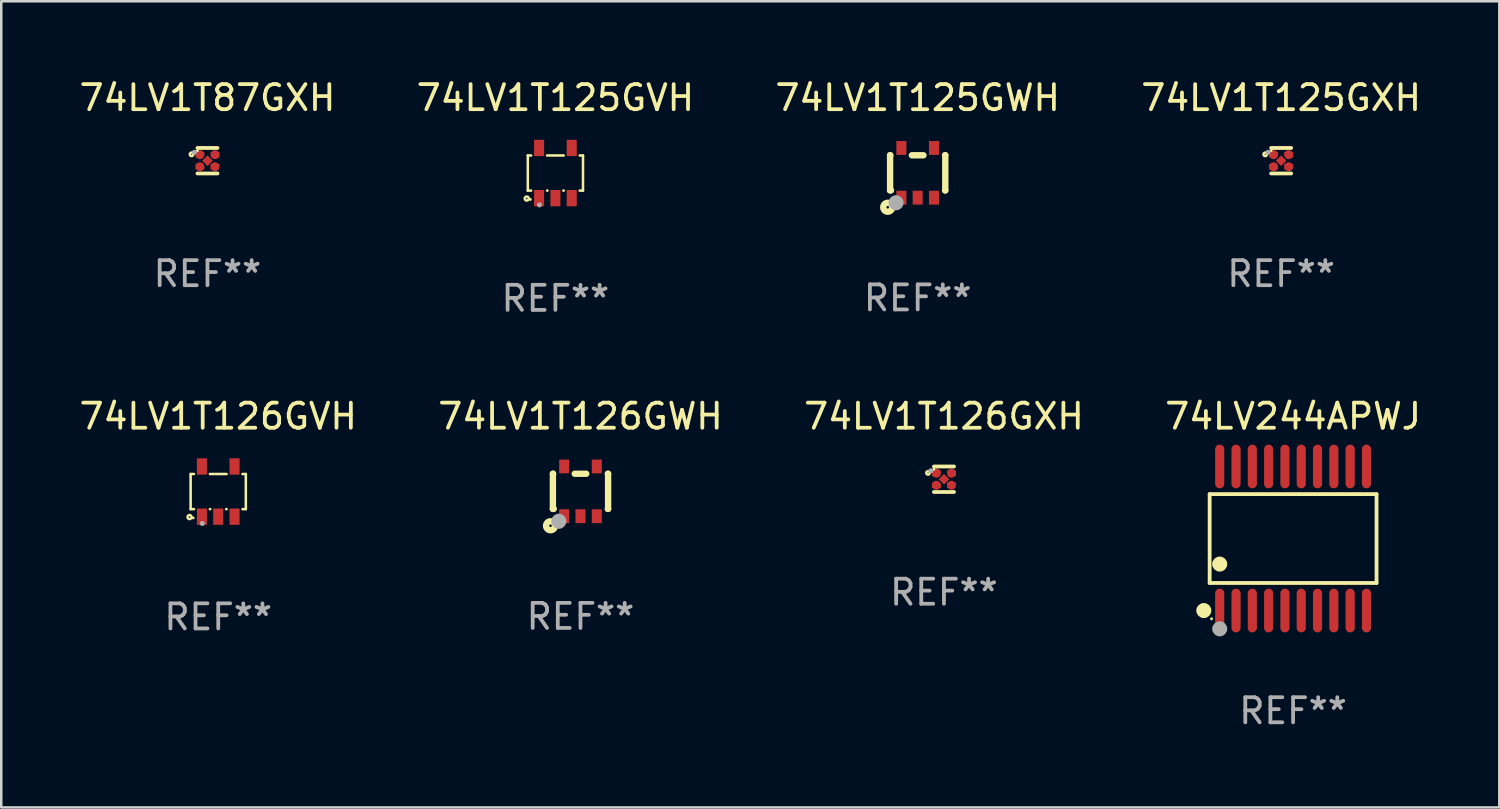
<source format=kicad_pcb>
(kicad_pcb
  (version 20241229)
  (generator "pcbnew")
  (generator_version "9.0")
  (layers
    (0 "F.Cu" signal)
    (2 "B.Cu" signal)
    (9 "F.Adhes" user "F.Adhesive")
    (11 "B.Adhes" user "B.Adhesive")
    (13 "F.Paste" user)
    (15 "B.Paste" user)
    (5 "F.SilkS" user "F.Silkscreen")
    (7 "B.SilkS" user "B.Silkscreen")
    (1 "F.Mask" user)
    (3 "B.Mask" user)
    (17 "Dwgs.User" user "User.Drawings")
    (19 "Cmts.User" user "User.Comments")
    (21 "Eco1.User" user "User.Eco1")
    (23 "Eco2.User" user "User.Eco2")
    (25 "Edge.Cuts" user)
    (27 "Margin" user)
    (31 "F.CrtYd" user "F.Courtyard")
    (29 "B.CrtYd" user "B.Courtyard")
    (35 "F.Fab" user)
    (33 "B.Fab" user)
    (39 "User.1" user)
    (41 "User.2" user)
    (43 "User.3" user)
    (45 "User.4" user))
  (footprint "74LV1T87GXH"
    (layer "F.Cu")
    (at 5.22 3.356)
    (property "Reference" "74LV1T87GXH" (at 0 -2.508 0) (layer "F.SilkS") (effects (font (size 1 1) (thickness 0.15))))
    (attr through_hole)
    (fp_line (start 0.4 -0.508) (end -0.4 -0.508) (stroke (width 0.15) (type solid)) (layer "F.SilkS"))
    (fp_line (start 0.4 0.508) (end -0.4 0.508) (stroke (width 0.15) (type solid)) (layer "F.SilkS"))
    (fp_circle (center -0.635 -0.254) (end -0.615 -0.254) (stroke (width 0.1) (type solid)) (fill no) (layer "F.SilkS"))
    (fp_circle (center -0.401 -0.4) (end -0.371 -0.4) (stroke (width 0.06) (type solid)) (fill no) (layer "F.SilkS"))
    (fp_circle (center -0.523 -0.337) (end -0.473 -0.337) (stroke (width 0.1) (type solid)) (fill no) (layer "F.Fab"))
    (fp_text user "REF**" (at 0 4.508 0) (layer "F.Fab") (effects (font (size 1 1) (thickness 0.15))))
    (pad "1" smd custom (at -0.3 -0.24) (size 0.36 0.22) (layers "F.Cu" "F.Mask" "F.Paste") (options (anchor circle)) (primitives (gr_poly (pts (xy -0.18 -0.11) (xy -0.18 0.11) (xy 0.000127 0.11) (xy 0.18 -0.03) (xy 0.18 -0.11) (xy -0.18 -0.11)) (width 0) (fill yes))))
    (pad "2" smd custom (at -0.3 0.24) (size 0.36 0.22) (layers "F.Cu" "F.Mask" "F.Paste") (options (anchor circle)) (primitives (gr_poly (pts (xy -0.18 0.11) (xy -0.18 -0.11) (xy 0.000127 -0.11) (xy 0.18 0.03) (xy 0.18 0.11) (xy -0.18 0.11)) (width 0) (fill yes))))
    (pad "3" smd rect (at 0.000102 -0.000127 45) (size 0.3 0.3) (layers "F.Cu" "F.Mask" "F.Paste"))
    (pad "4" smd custom (at 0.3 0.24 180) (size 0.36 0.22) (layers "F.Cu" "F.Mask" "F.Paste") (options (anchor circle)) (primitives (gr_poly (pts (xy 0.18 0.11) (xy 0.18 -0.11) (xy -0.000178 -0.11) (xy -0.18 0.03) (xy -0.18 0.11) (xy 0.18 0.11)) (width 0) (fill yes))))
    (pad "5" smd custom (at 0.3 -0.24) (size 0.36 0.22) (layers "F.Cu" "F.Mask" "F.Paste") (options (anchor circle)) (primitives (gr_poly (pts (xy 0.18 -0.11) (xy 0.18 0.11) (xy -0.000152 0.11) (xy -0.18 -0.03) (xy -0.18 -0.11) (xy 0.18 -0.11)) (width 0) (fill yes)))))
  (footprint "74LV1T126GWH"
    (layer "F.Cu")
    (at 20.089 16.535)
    (property "Reference" "74LV1T126GWH" (at 0 -2.991 0) (layer "F.SilkS") (effects (font (size 1 1) (thickness 0.15))))
    (attr through_hole)
    (fp_line (start -1.1 -0.7) (end -1.1 0.7) (stroke (width 0.254) (type solid)) (layer "F.SilkS"))
    (fp_line (start -1.1 -0.7) (end -1.09 -0.7) (stroke (width 0.254) (type solid)) (layer "F.SilkS"))
    (fp_line (start -1.1 0.7) (end -1.065 0.7) (stroke (width 0.254) (type solid)) (layer "F.SilkS"))
    (fp_line (start -0.23 -0.7) (end 0.23 -0.7) (stroke (width 0.254) (type solid)) (layer "F.SilkS"))
    (fp_line (start 1.09 -0.7) (end 1.1 -0.7) (stroke (width 0.254) (type solid)) (layer "F.SilkS"))
    (fp_line (start 1.09 0.7) (end 1.1 0.7) (stroke (width 0.254) (type solid)) (layer "F.SilkS"))
    (fp_line (start 1.1 -0.7) (end 1.1 0.7) (stroke (width 0.254) (type solid)) (layer "F.SilkS"))
    (fp_circle (center -1.194 1.372) (end -1.143 1.372) (stroke (width 0.254) (type solid)) (fill no) (layer "F.SilkS"))
    (fp_circle (center -1.05 1.063) (end -1.02 1.063) (stroke (width 0.06) (type solid)) (fill no) (layer "F.SilkS"))
    (fp_circle (center -0.864 1.194) (end -0.713 1.194) (stroke (width 0.3) (type solid)) (fill no) (layer "F.Fab"))
    (fp_text user "REF**" (at 0 4.991 0) (layer "F.Fab") (effects (font (size 1 1) (thickness 0.15))))
    (pad "1" smd rect (at -0.65 0.991 180) (size 0.399 0.551) (layers "F.Cu" "F.Mask" "F.Paste"))
    (pad "2" smd rect (at 0 0.991 180) (size 0.399 0.551) (layers "F.Cu" "F.Mask" "F.Paste"))
    (pad "3" smd rect (at 0.65 0.991 180) (size 0.399 0.551) (layers "F.Cu" "F.Mask" "F.Paste"))
    (pad "4" smd rect (at 0.65 -0.991 180) (size 0.399 0.551) (layers "F.Cu" "F.Mask" "F.Paste"))
    (pad "5" smd rect (at -0.65 -0.991 180) (size 0.399 0.551) (layers "F.Cu" "F.Mask" "F.Paste")))
  (footprint "74LV1T125GVH"
    (layer "F.Cu")
    (at 19.089 3.848)
    (property "Reference" "74LV1T125GVH" (at 0 -3 0) (layer "F.SilkS") (effects (font (size 1 1) (thickness 0.15))))
    (attr through_hole)
    (fp_line (start -1.1 -0.7) (end -1.1 0.7) (stroke (width 0.101) (type solid)) (layer "F.SilkS"))
    (fp_line (start -1.1 -0.7) (end -0.967 -0.7) (stroke (width 0.101) (type solid)) (layer "F.SilkS"))
    (fp_line (start -1.1 0.7) (end -0.967 0.7) (stroke (width 0.101) (type solid)) (layer "F.SilkS"))
    (fp_line (start -0.333 0.7) (end -0.317 0.7) (stroke (width 0.101) (type solid)) (layer "F.SilkS"))
    (fp_line (start -0.333 -0.7) (end 0.333 -0.7) (stroke (width 0.101) (type solid)) (layer "F.SilkS"))
    (fp_line (start 0.317 0.7) (end 0.333 0.7) (stroke (width 0.101) (type solid)) (layer "F.SilkS"))
    (fp_line (start 0.967 0.7) (end 1.1 0.7) (stroke (width 0.101) (type solid)) (layer "F.SilkS"))
    (fp_line (start 0.967 -0.7) (end 1.1 -0.7) (stroke (width 0.101) (type solid)) (layer "F.SilkS"))
    (fp_line (start 1.1 -0.7) (end 1.1 0.7) (stroke (width 0.101) (type solid)) (layer "F.SilkS"))
    (fp_circle (center -1.143 1.016) (end -1.063 1.016) (stroke (width 0.1) (type solid)) (fill no) (layer "F.SilkS"))
    (fp_circle (center -1 1.05) (end -0.97 1.05) (stroke (width 0.06) (type solid)) (fill no) (layer "F.SilkS"))
    (fp_circle (center -0.635 1.27) (end -0.585 1.27) (stroke (width 0.1) (type solid)) (fill no) (layer "F.Fab"))
    (fp_text user "REF**" (at 0 5 0) (layer "F.Fab") (effects (font (size 1 1) (thickness 0.15))))
    (pad "1" smd rect (at -0.65 1) (size 0.4 0.65) (layers "F.Cu" "F.Mask" "F.Paste"))
    (pad "2" smd rect (at 0 1) (size 0.4 0.65) (layers "F.Cu" "F.Mask" "F.Paste"))
    (pad "3" smd rect (at 0.65 1) (size 0.4 0.65) (layers "F.Cu" "F.Mask" "F.Paste"))
    (pad "4" smd rect (at 0.65 -1) (size 0.4 0.65) (layers "F.Cu" "F.Mask" "F.Paste"))
    (pad "5" smd rect (at -0.65 -1) (size 0.4 0.65) (layers "F.Cu" "F.Mask" "F.Paste")))
  (footprint "74LV1T125GWH"
    (layer "F.Cu")
    (at 33.53 3.839)
    (property "Reference" "74LV1T125GWH" (at 0 -2.991 0) (layer "F.SilkS") (effects (font (size 1 1) (thickness 0.15))))
    (attr through_hole)
    (fp_line (start -1.1 -0.7) (end -1.1 0.7) (stroke (width 0.254) (type solid)) (layer "F.SilkS"))
    (fp_line (start -1.1 -0.7) (end -1.09 -0.7) (stroke (width 0.254) (type solid)) (layer "F.SilkS"))
    (fp_line (start -1.1 0.7) (end -1.065 0.7) (stroke (width 0.254) (type solid)) (layer "F.SilkS"))
    (fp_line (start -0.23 -0.7) (end 0.23 -0.7) (stroke (width 0.254) (type solid)) (layer "F.SilkS"))
    (fp_line (start 1.09 -0.7) (end 1.1 -0.7) (stroke (width 0.254) (type solid)) (layer "F.SilkS"))
    (fp_line (start 1.09 0.7) (end 1.1 0.7) (stroke (width 0.254) (type solid)) (layer "F.SilkS"))
    (fp_line (start 1.1 -0.7) (end 1.1 0.7) (stroke (width 0.254) (type solid)) (layer "F.SilkS"))
    (fp_circle (center -1.194 1.372) (end -1.143 1.372) (stroke (width 0.254) (type solid)) (fill no) (layer "F.SilkS"))
    (fp_circle (center -1.05 1.063) (end -1.02 1.063) (stroke (width 0.06) (type solid)) (fill no) (layer "F.SilkS"))
    (fp_circle (center -0.864 1.194) (end -0.713 1.194) (stroke (width 0.3) (type solid)) (fill no) (layer "F.Fab"))
    (fp_text user "REF**" (at 0 4.991 0) (layer "F.Fab") (effects (font (size 1 1) (thickness 0.15))))
    (pad "1" smd rect (at -0.65 0.991 180) (size 0.399 0.551) (layers "F.Cu" "F.Mask" "F.Paste"))
    (pad "2" smd rect (at 0 0.991 180) (size 0.399 0.551) (layers "F.Cu" "F.Mask" "F.Paste"))
    (pad "3" smd rect (at 0.65 0.991 180) (size 0.399 0.551) (layers "F.Cu" "F.Mask" "F.Paste"))
    (pad "4" smd rect (at 0.65 -0.991 180) (size 0.399 0.551) (layers "F.Cu" "F.Mask" "F.Paste"))
    (pad "5" smd rect (at -0.65 -0.991 180) (size 0.399 0.551) (layers "F.Cu" "F.Mask" "F.Paste")))
  (footprint "74LV1T125GXH"
    (layer "F.Cu")
    (at 48.018 3.356)
    (property "Reference" "74LV1T125GXH" (at 0 -2.508 0) (layer "F.SilkS") (effects (font (size 1 1) (thickness 0.15))))
    (attr through_hole)
    (fp_line (start 0.4 -0.508) (end -0.4 -0.508) (stroke (width 0.15) (type solid)) (layer "F.SilkS"))
    (fp_line (start 0.4 0.508) (end -0.4 0.508) (stroke (width 0.15) (type solid)) (layer "F.SilkS"))
    (fp_circle (center -0.635 -0.254) (end -0.615 -0.254) (stroke (width 0.1) (type solid)) (fill no) (layer "F.SilkS"))
    (fp_circle (center -0.401 -0.4) (end -0.371 -0.4) (stroke (width 0.06) (type solid)) (fill no) (layer "F.SilkS"))
    (fp_circle (center -0.523 -0.337) (end -0.473 -0.337) (stroke (width 0.1) (type solid)) (fill no) (layer "F.Fab"))
    (fp_text user "REF**" (at 0 4.508 0) (layer "F.Fab") (effects (font (size 1 1) (thickness 0.15))))
    (pad "1" smd custom (at -0.3 -0.24) (size 0.36 0.22) (layers "F.Cu" "F.Mask" "F.Paste") (options (anchor circle)) (primitives (gr_poly (pts (xy -0.18 -0.11) (xy -0.18 0.11) (xy 0.000127 0.11) (xy 0.18 -0.03) (xy 0.18 -0.11) (xy -0.18 -0.11)) (width 0) (fill yes))))
    (pad "2" smd custom (at -0.3 0.24) (size 0.36 0.22) (layers "F.Cu" "F.Mask" "F.Paste") (options (anchor circle)) (primitives (gr_poly (pts (xy -0.18 0.11) (xy -0.18 -0.11) (xy 0.000127 -0.11) (xy 0.18 0.03) (xy 0.18 0.11) (xy -0.18 0.11)) (width 0) (fill yes))))
    (pad "3" smd rect (at 0.000102 -0.000127 45) (size 0.3 0.3) (layers "F.Cu" "F.Mask" "F.Paste"))
    (pad "4" smd custom (at 0.3 0.24 180) (size 0.36 0.22) (layers "F.Cu" "F.Mask" "F.Paste") (options (anchor circle)) (primitives (gr_poly (pts (xy 0.18 0.11) (xy 0.18 -0.11) (xy -0.000178 -0.11) (xy -0.18 0.03) (xy -0.18 0.11) (xy 0.18 0.11)) (width 0) (fill yes))))
    (pad "5" smd custom (at 0.3 -0.24) (size 0.36 0.22) (layers "F.Cu" "F.Mask" "F.Paste") (options (anchor circle)) (primitives (gr_poly (pts (xy 0.18 -0.11) (xy 0.18 0.11) (xy -0.000152 0.11) (xy -0.18 -0.03) (xy -0.18 -0.11) (xy 0.18 -0.11)) (width 0) (fill yes)))))
  (footprint "74LV244APWJ"
    (layer "F.Cu")
    (at 48.494 18.416)
    (property "Reference" "74LV244APWJ" (at 0 -4.871 0) (layer "F.SilkS") (effects (font (size 1 1) (thickness 0.15))))
    (attr through_hole)
    (fp_line (start -3.326 -1.771) (end 3.326 -1.771) (stroke (width 0.152) (type solid)) (layer "F.SilkS"))
    (fp_line (start -3.326 1.771) (end -3.326 -1.771) (stroke (width 0.152) (type solid)) (layer "F.SilkS"))
    (fp_line (start 3.326 -1.771) (end 3.326 1.771) (stroke (width 0.152) (type solid)) (layer "F.SilkS"))
    (fp_line (start 3.326 1.771) (end -3.326 1.771) (stroke (width 0.152) (type solid)) (layer "F.SilkS"))
    (fp_circle (center -3.559 2.871) (end -3.409 2.871) (stroke (width 0.3) (type solid)) (fill no) (layer "F.SilkS"))
    (fp_circle (center -3.25 3.2) (end -3.22 3.2) (stroke (width 0.06) (type solid)) (fill no) (layer "F.SilkS"))
    (fp_circle (center -2.925 1.019) (end -2.775 1.019) (stroke (width 0.3) (type solid)) (fill no) (layer "F.SilkS"))
    (fp_circle (center -2.925 3.6) (end -2.775 3.6) (stroke (width 0.3) (type solid)) (fill no) (layer "F.Fab"))
    (fp_text user "REF**" (at 0 6.871 0) (layer "F.Fab") (effects (font (size 1 1) (thickness 0.15))))
    (pad "1" smd oval (at -2.925 2.871) (size 0.364 1.742) (layers "F.Cu" "F.Mask" "F.Paste"))
    (pad "2" smd oval (at -2.275 2.871) (size 0.364 1.742) (layers "F.Cu" "F.Mask" "F.Paste"))
    (pad "3" smd oval (at -1.625 2.871) (size 0.364 1.742) (layers "F.Cu" "F.Mask" "F.Paste"))
    (pad "4" smd oval (at -0.975 2.871) (size 0.364 1.742) (layers "F.Cu" "F.Mask" "F.Paste"))
    (pad "5" smd oval (at -0.325 2.871) (size 0.364 1.742) (layers "F.Cu" "F.Mask" "F.Paste"))
    (pad "6" smd oval (at 0.325 2.871) (size 0.364 1.742) (layers "F.Cu" "F.Mask" "F.Paste"))
    (pad "7" smd oval (at 0.975 2.871) (size 0.364 1.742) (layers "F.Cu" "F.Mask" "F.Paste"))
    (pad "8" smd oval (at 1.625 2.871) (size 0.364 1.742) (layers "F.Cu" "F.Mask" "F.Paste"))
    (pad "9" smd oval (at 2.275 2.871) (size 0.364 1.742) (layers "F.Cu" "F.Mask" "F.Paste"))
    (pad "10" smd oval (at 2.925 2.871) (size 0.364 1.742) (layers "F.Cu" "F.Mask" "F.Paste"))
    (pad "11" smd oval (at 2.925 -2.871) (size 0.364 1.742) (layers "F.Cu" "F.Mask" "F.Paste"))
    (pad "12" smd oval (at 2.275 -2.871) (size 0.364 1.742) (layers "F.Cu" "F.Mask" "F.Paste"))
    (pad "13" smd oval (at 1.625 -2.871) (size 0.364 1.742) (layers "F.Cu" "F.Mask" "F.Paste"))
    (pad "14" smd oval (at 0.975 -2.871) (size 0.364 1.742) (layers "F.Cu" "F.Mask" "F.Paste"))
    (pad "15" smd oval (at 0.325 -2.871) (size 0.364 1.742) (layers "F.Cu" "F.Mask" "F.Paste"))
    (pad "16" smd oval (at -0.325 -2.871) (size 0.364 1.742) (layers "F.Cu" "F.Mask" "F.Paste"))
    (pad "17" smd oval (at -0.975 -2.871) (size 0.364 1.742) (layers "F.Cu" "F.Mask" "F.Paste"))
    (pad "18" smd oval (at -1.625 -2.871) (size 0.364 1.742) (layers "F.Cu" "F.Mask" "F.Paste"))
    (pad "19" smd oval (at -2.275 -2.871) (size 0.364 1.742) (layers "F.Cu" "F.Mask" "F.Paste"))
    (pad "20" smd oval (at -2.925 -2.871) (size 0.364 1.742) (layers "F.Cu" "F.Mask" "F.Paste")))
  (footprint "74LV1T126GVH"
    (layer "F.Cu")
    (at 5.649 16.545)
    (property "Reference" "74LV1T126GVH" (at 0 -3 0) (layer "F.SilkS") (effects (font (size 1 1) (thickness 0.15))))
    (attr through_hole)
    (fp_line (start -1.1 -0.7) (end -1.1 0.7) (stroke (width 0.101) (type solid)) (layer "F.SilkS"))
    (fp_line (start -1.1 -0.7) (end -0.967 -0.7) (stroke (width 0.101) (type solid)) (layer "F.SilkS"))
    (fp_line (start -1.1 0.7) (end -0.967 0.7) (stroke (width 0.101) (type solid)) (layer "F.SilkS"))
    (fp_line (start -0.333 0.7) (end -0.317 0.7) (stroke (width 0.101) (type solid)) (layer "F.SilkS"))
    (fp_line (start -0.333 -0.7) (end 0.333 -0.7) (stroke (width 0.101) (type solid)) (layer "F.SilkS"))
    (fp_line (start 0.317 0.7) (end 0.333 0.7) (stroke (width 0.101) (type solid)) (layer "F.SilkS"))
    (fp_line (start 0.967 0.7) (end 1.1 0.7) (stroke (width 0.101) (type solid)) (layer "F.SilkS"))
    (fp_line (start 0.967 -0.7) (end 1.1 -0.7) (stroke (width 0.101) (type solid)) (layer "F.SilkS"))
    (fp_line (start 1.1 -0.7) (end 1.1 0.7) (stroke (width 0.101) (type solid)) (layer "F.SilkS"))
    (fp_circle (center -1.143 1.016) (end -1.063 1.016) (stroke (width 0.1) (type solid)) (fill no) (layer "F.SilkS"))
    (fp_circle (center -1 1.05) (end -0.97 1.05) (stroke (width 0.06) (type solid)) (fill no) (layer "F.SilkS"))
    (fp_circle (center -0.635 1.27) (end -0.585 1.27) (stroke (width 0.1) (type solid)) (fill no) (layer "F.Fab"))
    (fp_text user "REF**" (at 0 5 0) (layer "F.Fab") (effects (font (size 1 1) (thickness 0.15))))
    (pad "1" smd rect (at -0.65 1) (size 0.4 0.65) (layers "F.Cu" "F.Mask" "F.Paste"))
    (pad "2" smd rect (at 0 1) (size 0.4 0.65) (layers "F.Cu" "F.Mask" "F.Paste"))
    (pad "3" smd rect (at 0.65 1) (size 0.4 0.65) (layers "F.Cu" "F.Mask" "F.Paste"))
    (pad "4" smd rect (at 0.65 -1) (size 0.4 0.65) (layers "F.Cu" "F.Mask" "F.Paste"))
    (pad "5" smd rect (at -0.65 -1) (size 0.4 0.65) (layers "F.Cu" "F.Mask" "F.Paste")))
  (footprint "74LV1T126GXH"
    (layer "F.Cu")
    (at 34.577 16.053)
    (property "Reference" "74LV1T126GXH" (at 0 -2.508 0) (layer "F.SilkS") (effects (font (size 1 1) (thickness 0.15))))
    (attr through_hole)
    (fp_line (start 0.4 -0.508) (end -0.4 -0.508) (stroke (width 0.15) (type solid)) (layer "F.SilkS"))
    (fp_line (start 0.4 0.508) (end -0.4 0.508) (stroke (width 0.15) (type solid)) (layer "F.SilkS"))
    (fp_circle (center -0.635 -0.254) (end -0.615 -0.254) (stroke (width 0.1) (type solid)) (fill no) (layer "F.SilkS"))
    (fp_circle (center -0.401 -0.4) (end -0.371 -0.4) (stroke (width 0.06) (type solid)) (fill no) (layer "F.SilkS"))
    (fp_circle (center -0.523 -0.337) (end -0.473 -0.337) (stroke (width 0.1) (type solid)) (fill no) (layer "F.Fab"))
    (fp_text user "REF**" (at 0 4.508 0) (layer "F.Fab") (effects (font (size 1 1) (thickness 0.15))))
    (pad "1" smd custom (at -0.3 -0.24) (size 0.36 0.22) (layers "F.Cu" "F.Mask" "F.Paste") (options (anchor circle)) (primitives (gr_poly (pts (xy -0.18 -0.11) (xy -0.18 0.11) (xy 0.000127 0.11) (xy 0.18 -0.03) (xy 0.18 -0.11) (xy -0.18 -0.11)) (width 0) (fill yes))))
    (pad "2" smd custom (at -0.3 0.24) (size 0.36 0.22) (layers "F.Cu" "F.Mask" "F.Paste") (options (anchor circle)) (primitives (gr_poly (pts (xy -0.18 0.11) (xy -0.18 -0.11) (xy 0.000127 -0.11) (xy 0.18 0.03) (xy 0.18 0.11) (xy -0.18 0.11)) (width 0) (fill yes))))
    (pad "3" smd rect (at 0.000102 -0.000127 45) (size 0.3 0.3) (layers "F.Cu" "F.Mask" "F.Paste"))
    (pad "4" smd custom (at 0.3 0.24 180) (size 0.36 0.22) (layers "F.Cu" "F.Mask" "F.Paste") (options (anchor circle)) (primitives (gr_poly (pts (xy 0.18 0.11) (xy 0.18 -0.11) (xy -0.000178 -0.11) (xy -0.18 0.03) (xy -0.18 0.11) (xy 0.18 0.11)) (width 0) (fill yes))))
    (pad "5" smd custom (at 0.3 -0.24) (size 0.36 0.22) (layers "F.Cu" "F.Mask" "F.Paste") (options (anchor circle)) (primitives (gr_poly (pts (xy 0.18 -0.11) (xy 0.18 0.11) (xy -0.000152 0.11) (xy -0.18 -0.03) (xy -0.18 -0.11) (xy 0.18 -0.11)) (width 0) (fill yes)))))
  (gr_rect
    (start -3 -3)
    (end 56.714 29.135)
    (stroke (width 0.1) (type default))
    (fill no)
    (layer "Edge.Cuts")))
</source>
